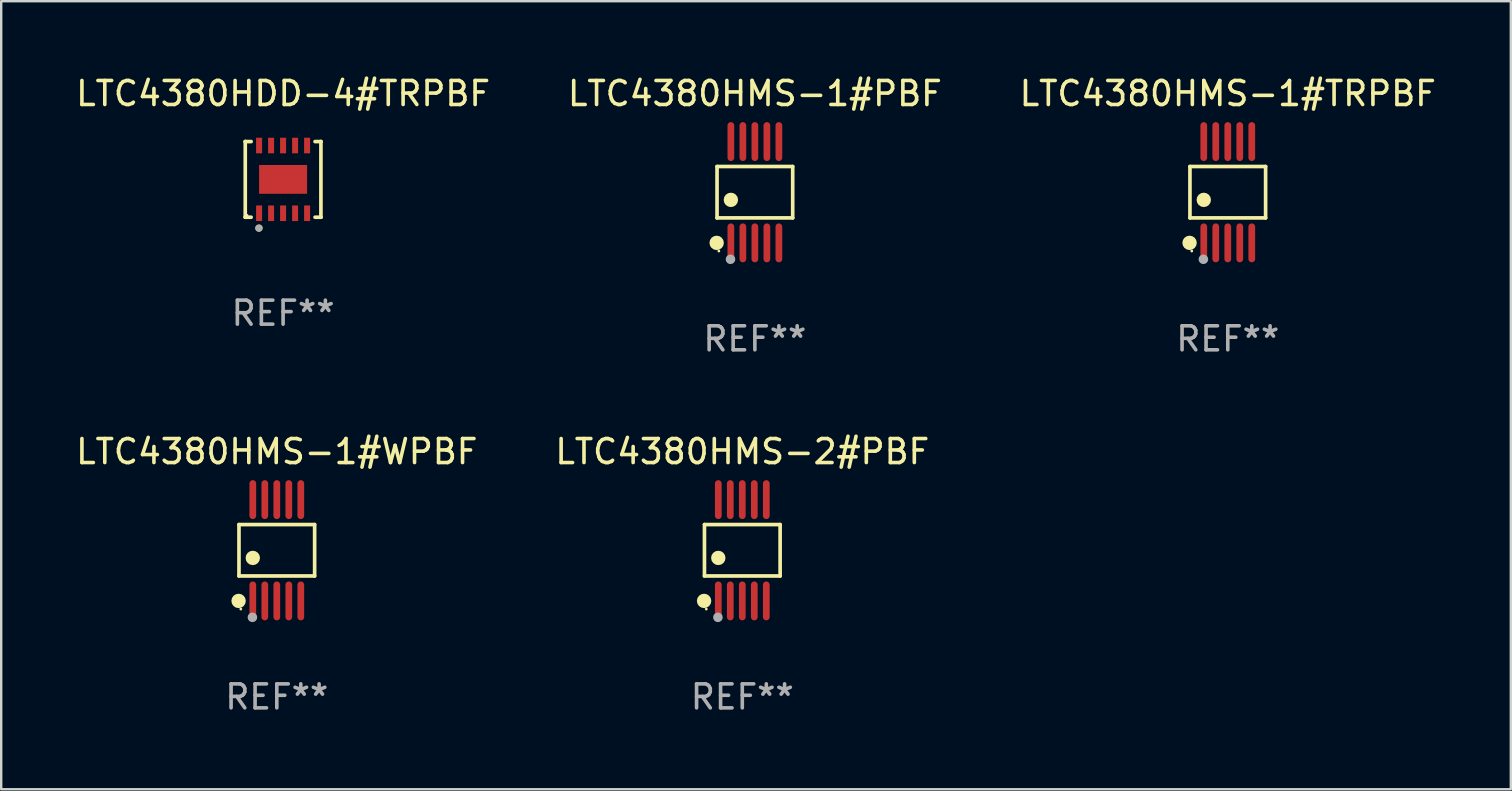
<source format=kicad_pcb>
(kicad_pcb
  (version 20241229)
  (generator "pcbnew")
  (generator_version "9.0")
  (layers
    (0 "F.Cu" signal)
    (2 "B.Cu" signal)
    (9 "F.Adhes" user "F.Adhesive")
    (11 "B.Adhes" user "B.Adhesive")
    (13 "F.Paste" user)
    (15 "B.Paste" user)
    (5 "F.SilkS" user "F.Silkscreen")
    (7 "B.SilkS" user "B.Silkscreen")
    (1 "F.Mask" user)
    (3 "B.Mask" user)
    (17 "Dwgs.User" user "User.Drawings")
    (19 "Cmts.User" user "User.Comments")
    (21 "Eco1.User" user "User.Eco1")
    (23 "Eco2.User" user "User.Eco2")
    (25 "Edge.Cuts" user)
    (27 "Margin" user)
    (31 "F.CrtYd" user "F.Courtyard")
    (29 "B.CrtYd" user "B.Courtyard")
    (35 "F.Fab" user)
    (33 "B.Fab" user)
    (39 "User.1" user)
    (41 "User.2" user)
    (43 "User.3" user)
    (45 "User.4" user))
  (footprint "LTC4380HDD-4#TRPBF"
    (layer "F.Cu")
    (at 8.744 4.424)
    (property "Reference" "LTC4380HDD-4#TRPBF" (at 0 -3.576 0) (layer "F.SilkS") (effects (font (size 1 1) (thickness 0.15))))
    (attr through_hole)
    (fp_line (start -1.576 -1.576) (end -1.576 -1.576) (stroke (width 0.152) (type solid)) (layer "F.SilkS"))
    (fp_line (start -1.576 -1.576) (end -1.331 -1.576) (stroke (width 0.152) (type solid)) (layer "F.SilkS"))
    (fp_line (start -1.576 1.576) (end -1.576 -1.576) (stroke (width 0.152) (type solid)) (layer "F.SilkS"))
    (fp_line (start -1.576 1.576) (end -1.576 1.576) (stroke (width 0.152) (type solid)) (layer "F.SilkS"))
    (fp_line (start -1.331 1.576) (end -1.576 1.576) (stroke (width 0.152) (type solid)) (layer "F.SilkS"))
    (fp_line (start 1.331 1.576) (end 1.576 1.576) (stroke (width 0.152) (type solid)) (layer "F.SilkS"))
    (fp_line (start 1.576 -1.576) (end 1.331 -1.576) (stroke (width 0.152) (type solid)) (layer "F.SilkS"))
    (fp_line (start 1.576 -1.576) (end 1.576 -1.576) (stroke (width 0.152) (type solid)) (layer "F.SilkS"))
    (fp_line (start 1.576 1.576) (end 1.576 -1.576) (stroke (width 0.152) (type solid)) (layer "F.SilkS"))
    (fp_line (start 1.576 1.576) (end 1.576 1.576) (stroke (width 0.152) (type solid)) (layer "F.SilkS"))
    (fp_circle (center -1.5 1.5) (end -1.47 1.5) (stroke (width 0.06) (type solid)) (fill no) (layer "F.SilkS"))
    (fp_circle (center -1 2.028) (end -0.925 2.028) (stroke (width 0.15) (type solid)) (fill no) (layer "F.SilkS"))
    (fp_circle (center -1.016 2.032) (end -0.941 2.032) (stroke (width 0.15) (type solid)) (fill no) (layer "F.Fab"))
    (fp_text user "REF**" (at 0 5.576 0) (layer "F.Fab") (effects (font (size 1 1) (thickness 0.15))))
    (pad "1" smd rect (at -1 1.411) (size 0.25 0.65) (layers "F.Cu" "F.Mask" "F.Paste"))
    (pad "2" smd rect (at -0.5 1.411) (size 0.25 0.65) (layers "F.Cu" "F.Mask" "F.Paste"))
    (pad "3" smd rect (at 0 1.411) (size 0.25 0.65) (layers "F.Cu" "F.Mask" "F.Paste"))
    (pad "4" smd rect (at 0.5 1.411) (size 0.25 0.65) (layers "F.Cu" "F.Mask" "F.Paste"))
    (pad "5" smd rect (at 1 1.411) (size 0.25 0.65) (layers "F.Cu" "F.Mask" "F.Paste"))
    (pad "6" smd rect (at 1 -1.411) (size 0.25 0.65) (layers "F.Cu" "F.Mask" "F.Paste"))
    (pad "7" smd rect (at 0.5 -1.411) (size 0.25 0.65) (layers "F.Cu" "F.Mask" "F.Paste"))
    (pad "8" smd rect (at 0 -1.411) (size 0.25 0.65) (layers "F.Cu" "F.Mask" "F.Paste"))
    (pad "9" smd rect (at -0.5 -1.411) (size 0.25 0.65) (layers "F.Cu" "F.Mask" "F.Paste"))
    (pad "10" smd rect (at -1 -1.411) (size 0.25 0.65) (layers "F.Cu" "F.Mask" "F.Paste"))
    (pad "11" smd rect (at 0 0) (size 2 1.2) (layers "F.Cu" "F.Mask" "F.Paste")))
  (footprint "LTC4380HMS-1#TRPBF"
    (layer "F.Cu")
    (at 48.101 4.958)
    (property "Reference" "LTC4380HMS-1#TRPBF" (at 0 -4.11 0) (layer "F.SilkS") (effects (font (size 1 1) (thickness 0.15))))
    (attr through_hole)
    (fp_line (start -1.576 -1.071) (end 1.576 -1.071) (stroke (width 0.152) (type solid)) (layer "F.SilkS"))
    (fp_line (start -1.576 1.071) (end -1.576 -1.071) (stroke (width 0.152) (type solid)) (layer "F.SilkS"))
    (fp_line (start 1.576 -1.071) (end 1.576 1.071) (stroke (width 0.152) (type solid)) (layer "F.SilkS"))
    (fp_line (start 1.576 1.071) (end -1.576 1.071) (stroke (width 0.152) (type solid)) (layer "F.SilkS"))
    (fp_circle (center -1.592 2.11) (end -1.442 2.11) (stroke (width 0.3) (type solid)) (fill no) (layer "F.SilkS"))
    (fp_circle (center -1.5 2.45) (end -1.47 2.45) (stroke (width 0.06) (type solid)) (fill no) (layer "F.SilkS"))
    (fp_circle (center -1 0.319) (end -0.85 0.319) (stroke (width 0.3) (type solid)) (fill no) (layer "F.SilkS"))
    (fp_circle (center -1.016 2.794) (end -0.916 2.794) (stroke (width 0.2) (type solid)) (fill no) (layer "F.Fab"))
    (fp_text user "REF**" (at 0 6.11 0) (layer "F.Fab") (effects (font (size 1 1) (thickness 0.15))))
    (pad "1" smd oval (at -1 2.11) (size 0.28 1.62) (layers "F.Cu" "F.Mask" "F.Paste"))
    (pad "2" smd oval (at -0.5 2.11) (size 0.28 1.62) (layers "F.Cu" "F.Mask" "F.Paste"))
    (pad "3" smd oval (at 0 2.11) (size 0.28 1.62) (layers "F.Cu" "F.Mask" "F.Paste"))
    (pad "4" smd oval (at 0.5 2.11) (size 0.28 1.62) (layers "F.Cu" "F.Mask" "F.Paste"))
    (pad "5" smd oval (at 1 2.11) (size 0.28 1.62) (layers "F.Cu" "F.Mask" "F.Paste"))
    (pad "6" smd oval (at 1 -2.11) (size 0.28 1.62) (layers "F.Cu" "F.Mask" "F.Paste"))
    (pad "7" smd oval (at 0.5 -2.11) (size 0.28 1.62) (layers "F.Cu" "F.Mask" "F.Paste"))
    (pad "8" smd oval (at 0 -2.11) (size 0.28 1.62) (layers "F.Cu" "F.Mask" "F.Paste"))
    (pad "9" smd oval (at -0.5 -2.11) (size 0.28 1.62) (layers "F.Cu" "F.Mask" "F.Paste"))
    (pad "10" smd oval (at -1 -2.11) (size 0.28 1.62) (layers "F.Cu" "F.Mask" "F.Paste")))
  (footprint "LTC4380HMS-1#WPBF"
    (layer "F.Cu")
    (at 8.482 19.875)
    (property "Reference" "LTC4380HMS-1#WPBF" (at 0 -4.11 0) (layer "F.SilkS") (effects (font (size 1 1) (thickness 0.15))))
    (attr through_hole)
    (fp_line (start -1.576 -1.071) (end 1.576 -1.071) (stroke (width 0.152) (type solid)) (layer "F.SilkS"))
    (fp_line (start -1.576 1.071) (end -1.576 -1.071) (stroke (width 0.152) (type solid)) (layer "F.SilkS"))
    (fp_line (start 1.576 -1.071) (end 1.576 1.071) (stroke (width 0.152) (type solid)) (layer "F.SilkS"))
    (fp_line (start 1.576 1.071) (end -1.576 1.071) (stroke (width 0.152) (type solid)) (layer "F.SilkS"))
    (fp_circle (center -1.592 2.11) (end -1.442 2.11) (stroke (width 0.3) (type solid)) (fill no) (layer "F.SilkS"))
    (fp_circle (center -1.5 2.45) (end -1.47 2.45) (stroke (width 0.06) (type solid)) (fill no) (layer "F.SilkS"))
    (fp_circle (center -1 0.319) (end -0.85 0.319) (stroke (width 0.3) (type solid)) (fill no) (layer "F.SilkS"))
    (fp_circle (center -1.016 2.794) (end -0.916 2.794) (stroke (width 0.2) (type solid)) (fill no) (layer "F.Fab"))
    (fp_text user "REF**" (at 0 6.11 0) (layer "F.Fab") (effects (font (size 1 1) (thickness 0.15))))
    (pad "1" smd oval (at -1 2.11) (size 0.28 1.62) (layers "F.Cu" "F.Mask" "F.Paste"))
    (pad "2" smd oval (at -0.5 2.11) (size 0.28 1.62) (layers "F.Cu" "F.Mask" "F.Paste"))
    (pad "3" smd oval (at 0 2.11) (size 0.28 1.62) (layers "F.Cu" "F.Mask" "F.Paste"))
    (pad "4" smd oval (at 0.5 2.11) (size 0.28 1.62) (layers "F.Cu" "F.Mask" "F.Paste"))
    (pad "5" smd oval (at 1 2.11) (size 0.28 1.62) (layers "F.Cu" "F.Mask" "F.Paste"))
    (pad "6" smd oval (at 1 -2.11) (size 0.28 1.62) (layers "F.Cu" "F.Mask" "F.Paste"))
    (pad "7" smd oval (at 0.5 -2.11) (size 0.28 1.62) (layers "F.Cu" "F.Mask" "F.Paste"))
    (pad "8" smd oval (at 0 -2.11) (size 0.28 1.62) (layers "F.Cu" "F.Mask" "F.Paste"))
    (pad "9" smd oval (at -0.5 -2.11) (size 0.28 1.62) (layers "F.Cu" "F.Mask" "F.Paste"))
    (pad "10" smd oval (at -1 -2.11) (size 0.28 1.62) (layers "F.Cu" "F.Mask" "F.Paste")))
  (footprint "LTC4380HMS-1#PBF"
    (layer "F.Cu")
    (at 28.399 4.958)
    (property "Reference" "LTC4380HMS-1#PBF" (at 0 -4.11 0) (layer "F.SilkS") (effects (font (size 1 1) (thickness 0.15))))
    (attr through_hole)
    (fp_line (start -1.576 -1.071) (end 1.576 -1.071) (stroke (width 0.152) (type solid)) (layer "F.SilkS"))
    (fp_line (start -1.576 1.071) (end -1.576 -1.071) (stroke (width 0.152) (type solid)) (layer "F.SilkS"))
    (fp_line (start 1.576 -1.071) (end 1.576 1.071) (stroke (width 0.152) (type solid)) (layer "F.SilkS"))
    (fp_line (start 1.576 1.071) (end -1.576 1.071) (stroke (width 0.152) (type solid)) (layer "F.SilkS"))
    (fp_circle (center -1.592 2.11) (end -1.442 2.11) (stroke (width 0.3) (type solid)) (fill no) (layer "F.SilkS"))
    (fp_circle (center -1.5 2.45) (end -1.47 2.45) (stroke (width 0.06) (type solid)) (fill no) (layer "F.SilkS"))
    (fp_circle (center -1 0.319) (end -0.85 0.319) (stroke (width 0.3) (type solid)) (fill no) (layer "F.SilkS"))
    (fp_circle (center -1.016 2.794) (end -0.916 2.794) (stroke (width 0.2) (type solid)) (fill no) (layer "F.Fab"))
    (fp_text user "REF**" (at 0 6.11 0) (layer "F.Fab") (effects (font (size 1 1) (thickness 0.15))))
    (pad "1" smd oval (at -1 2.11) (size 0.28 1.62) (layers "F.Cu" "F.Mask" "F.Paste"))
    (pad "2" smd oval (at -0.5 2.11) (size 0.28 1.62) (layers "F.Cu" "F.Mask" "F.Paste"))
    (pad "3" smd oval (at 0 2.11) (size 0.28 1.62) (layers "F.Cu" "F.Mask" "F.Paste"))
    (pad "4" smd oval (at 0.5 2.11) (size 0.28 1.62) (layers "F.Cu" "F.Mask" "F.Paste"))
    (pad "5" smd oval (at 1 2.11) (size 0.28 1.62) (layers "F.Cu" "F.Mask" "F.Paste"))
    (pad "6" smd oval (at 1 -2.11) (size 0.28 1.62) (layers "F.Cu" "F.Mask" "F.Paste"))
    (pad "7" smd oval (at 0.5 -2.11) (size 0.28 1.62) (layers "F.Cu" "F.Mask" "F.Paste"))
    (pad "8" smd oval (at 0 -2.11) (size 0.28 1.62) (layers "F.Cu" "F.Mask" "F.Paste"))
    (pad "9" smd oval (at -0.5 -2.11) (size 0.28 1.62) (layers "F.Cu" "F.Mask" "F.Paste"))
    (pad "10" smd oval (at -1 -2.11) (size 0.28 1.62) (layers "F.Cu" "F.Mask" "F.Paste")))
  (footprint "LTC4380HMS-2#PBF"
    (layer "F.Cu")
    (at 27.875 19.875)
    (property "Reference" "LTC4380HMS-2#PBF" (at 0 -4.11 0) (layer "F.SilkS") (effects (font (size 1 1) (thickness 0.15))))
    (attr through_hole)
    (fp_line (start -1.576 -1.071) (end 1.576 -1.071) (stroke (width 0.152) (type solid)) (layer "F.SilkS"))
    (fp_line (start -1.576 1.071) (end -1.576 -1.071) (stroke (width 0.152) (type solid)) (layer "F.SilkS"))
    (fp_line (start 1.576 -1.071) (end 1.576 1.071) (stroke (width 0.152) (type solid)) (layer "F.SilkS"))
    (fp_line (start 1.576 1.071) (end -1.576 1.071) (stroke (width 0.152) (type solid)) (layer "F.SilkS"))
    (fp_circle (center -1.592 2.11) (end -1.442 2.11) (stroke (width 0.3) (type solid)) (fill no) (layer "F.SilkS"))
    (fp_circle (center -1.5 2.45) (end -1.47 2.45) (stroke (width 0.06) (type solid)) (fill no) (layer "F.SilkS"))
    (fp_circle (center -1 0.319) (end -0.85 0.319) (stroke (width 0.3) (type solid)) (fill no) (layer "F.SilkS"))
    (fp_circle (center -1.016 2.794) (end -0.916 2.794) (stroke (width 0.2) (type solid)) (fill no) (layer "F.Fab"))
    (fp_text user "REF**" (at 0 6.11 0) (layer "F.Fab") (effects (font (size 1 1) (thickness 0.15))))
    (pad "1" smd oval (at -1 2.11) (size 0.28 1.62) (layers "F.Cu" "F.Mask" "F.Paste"))
    (pad "2" smd oval (at -0.5 2.11) (size 0.28 1.62) (layers "F.Cu" "F.Mask" "F.Paste"))
    (pad "3" smd oval (at 0 2.11) (size 0.28 1.62) (layers "F.Cu" "F.Mask" "F.Paste"))
    (pad "4" smd oval (at 0.5 2.11) (size 0.28 1.62) (layers "F.Cu" "F.Mask" "F.Paste"))
    (pad "5" smd oval (at 1 2.11) (size 0.28 1.62) (layers "F.Cu" "F.Mask" "F.Paste"))
    (pad "6" smd oval (at 1 -2.11) (size 0.28 1.62) (layers "F.Cu" "F.Mask" "F.Paste"))
    (pad "7" smd oval (at 0.5 -2.11) (size 0.28 1.62) (layers "F.Cu" "F.Mask" "F.Paste"))
    (pad "8" smd oval (at 0 -2.11) (size 0.28 1.62) (layers "F.Cu" "F.Mask" "F.Paste"))
    (pad "9" smd oval (at -0.5 -2.11) (size 0.28 1.62) (layers "F.Cu" "F.Mask" "F.Paste"))
    (pad "10" smd oval (at -1 -2.11) (size 0.28 1.62) (layers "F.Cu" "F.Mask" "F.Paste")))
  (gr_rect
    (start -3 -3)
    (end 59.893 29.833)
    (stroke (width 0.1) (type default))
    (fill no)
    (layer "Edge.Cuts")))
</source>
